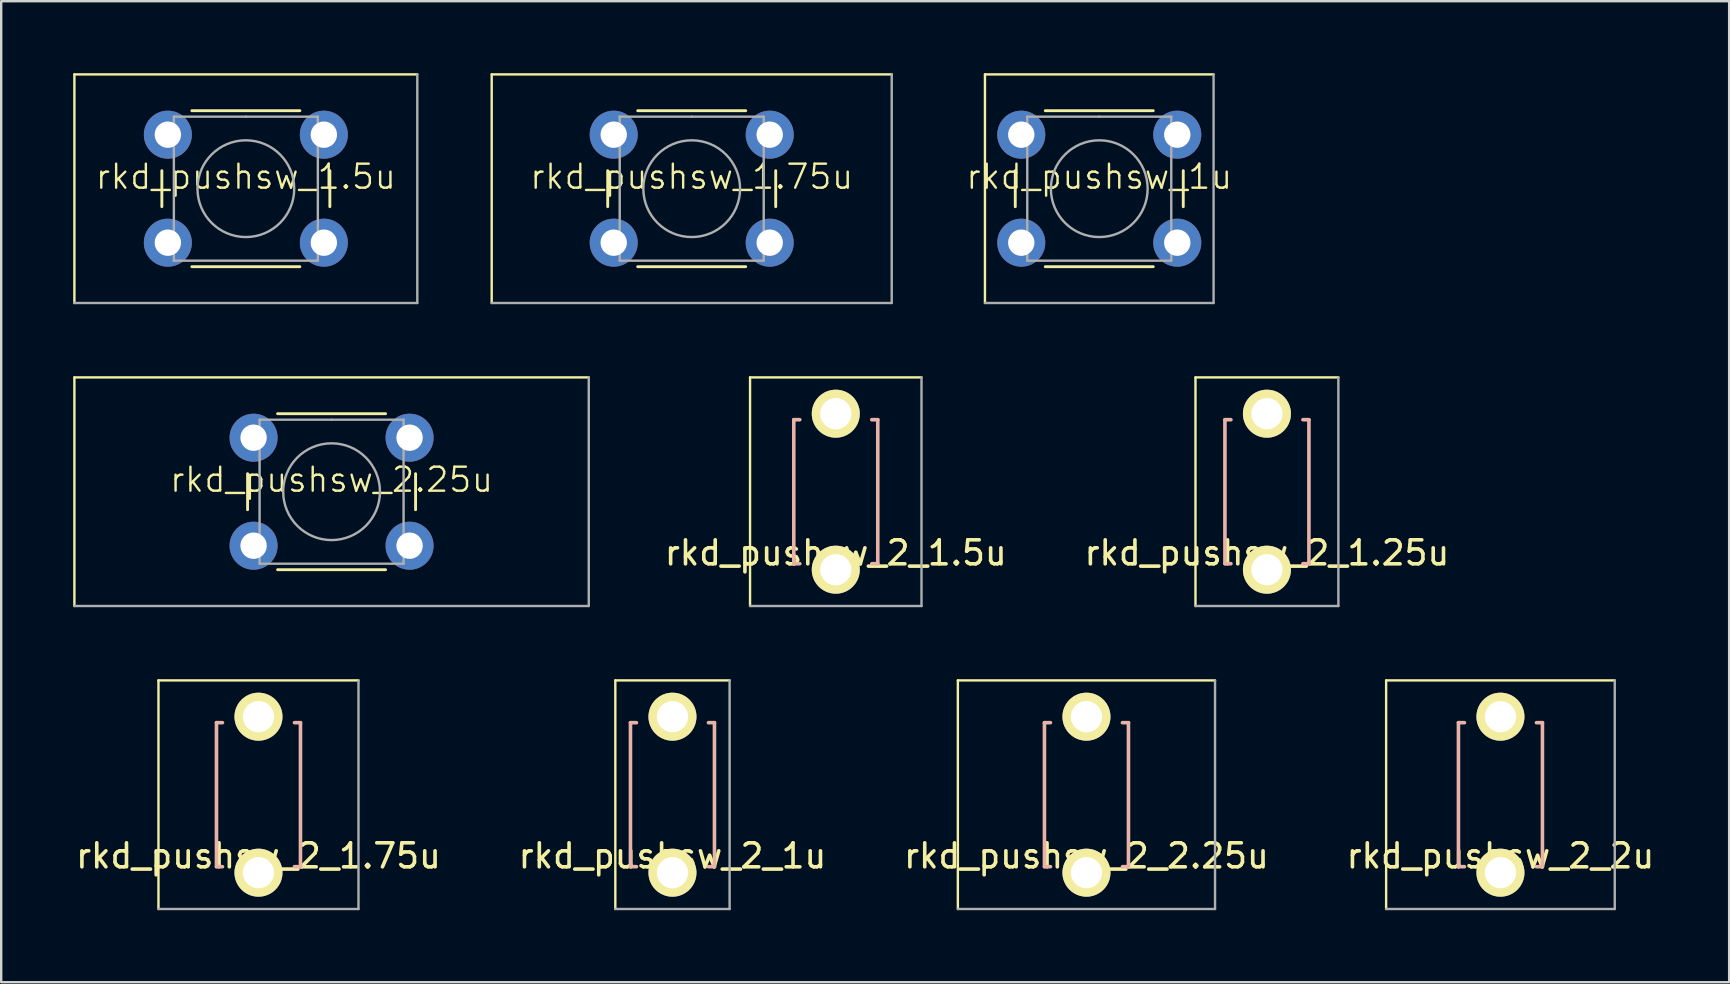
<source format=kicad_pcb>
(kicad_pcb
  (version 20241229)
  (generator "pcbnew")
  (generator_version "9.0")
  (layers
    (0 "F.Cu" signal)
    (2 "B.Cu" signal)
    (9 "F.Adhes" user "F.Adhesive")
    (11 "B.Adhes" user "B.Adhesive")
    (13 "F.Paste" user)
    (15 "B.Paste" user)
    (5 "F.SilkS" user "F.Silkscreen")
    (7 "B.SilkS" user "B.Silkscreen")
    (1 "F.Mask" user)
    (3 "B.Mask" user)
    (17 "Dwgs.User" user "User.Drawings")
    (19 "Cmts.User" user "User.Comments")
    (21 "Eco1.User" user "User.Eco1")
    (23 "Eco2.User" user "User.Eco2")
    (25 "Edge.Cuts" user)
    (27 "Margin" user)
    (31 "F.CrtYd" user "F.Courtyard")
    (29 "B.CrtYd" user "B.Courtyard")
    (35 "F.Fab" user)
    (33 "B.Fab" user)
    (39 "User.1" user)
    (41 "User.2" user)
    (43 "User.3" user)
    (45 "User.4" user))
  (footprint "rkd_pushsw_1u"
    (layer "F.Cu")
    (at 42.754 4.812)
    (property "Reference" "rkd_pushsw_1u" (at 0 -0.5 0) (unlocked yes) (layer "F.SilkS") (effects (font (size 1 1) (thickness 0.1))))
    (attr smd board_only exclude_from_pos_files exclude_from_bom)
    (fp_line (start -4.763 -4.763) (end -4.763 4.763) (stroke (width 0.1) (type default)) (layer "F.SilkS"))
    (fp_line (start -4.763 -4.763) (end 4.763 -4.763) (stroke (width 0.1) (type default)) (layer "F.SilkS"))
    (fp_line (start -3.5 -0.75) (end -3.5 0.75) (stroke (width 0.12) (type solid)) (layer "F.SilkS"))
    (fp_line (start -2.25 3.25) (end 2.25 3.25) (stroke (width 0.12) (type solid)) (layer "F.SilkS"))
    (fp_line (start 2.25 -3.25) (end -2.25 -3.25) (stroke (width 0.12) (type solid)) (layer "F.SilkS"))
    (fp_line (start 3.5 0.75) (end 3.5 -0.75) (stroke (width 0.12) (type solid)) (layer "F.SilkS"))
    (fp_line (start -3 -3) (end 0 -3) (stroke (width 0.1) (type solid)) (layer "F.Fab"))
    (fp_line (start -3 3) (end -3 -3) (stroke (width 0.1) (type solid)) (layer "F.Fab"))
    (fp_line (start 0 -3) (end 3 -3) (stroke (width 0.1) (type solid)) (layer "F.Fab"))
    (fp_line (start 3 -3) (end 3 3) (stroke (width 0.1) (type solid)) (layer "F.Fab"))
    (fp_line (start 3 3) (end -3 3) (stroke (width 0.1) (type solid)) (layer "F.Fab"))
    (fp_line (start 4.763 -4.763) (end 4.763 4.763) (stroke (width 0.1) (type default)) (layer "F.Fab"))
    (fp_line (start 4.763 4.763) (end -4.763 4.763) (stroke (width 0.1) (type default)) (layer "F.Fab"))
    (fp_circle (center 0 0) (end -2 0.25) (stroke (width 0.1) (type solid)) (fill no) (layer "F.Fab"))
    (pad "1" thru_hole circle (at -3.25 -2.25 90) (size 2 2) (drill 1.1) (layers "*.Cu" "*.Mask"))
    (pad "1" thru_hole circle (at 3.25 -2.25 90) (size 2 2) (drill 1.1) (layers "*.Cu" "*.Mask"))
    (pad "2" thru_hole circle (at -3.25 2.25 90) (size 2 2) (drill 1.1) (layers "*.Cu" "*.Mask"))
    (pad "2" thru_hole circle (at 3.25 2.25 90) (size 2 2) (drill 1.1) (layers "*.Cu" "*.Mask")))
  (footprint "rkd_pushsw_1.5u"
    (layer "F.Cu")
    (at 7.194 4.812)
    (property "Reference" "rkd_pushsw_1.5u" (at 0 -0.5 0) (unlocked yes) (layer "F.SilkS") (effects (font (size 1 1) (thickness 0.1))))
    (attr smd board_only exclude_from_pos_files exclude_from_bom)
    (fp_line (start -7.144 -4.763) (end -7.144 4.763) (stroke (width 0.1) (type default)) (layer "F.SilkS"))
    (fp_line (start -7.144 -4.763) (end 7.144 -4.763) (stroke (width 0.1) (type default)) (layer "F.SilkS"))
    (fp_line (start -3.5 -0.75) (end -3.5 0.75) (stroke (width 0.12) (type solid)) (layer "F.SilkS"))
    (fp_line (start -2.25 3.25) (end 2.25 3.25) (stroke (width 0.12) (type solid)) (layer "F.SilkS"))
    (fp_line (start 2.25 -3.25) (end -2.25 -3.25) (stroke (width 0.12) (type solid)) (layer "F.SilkS"))
    (fp_line (start 3.5 0.75) (end 3.5 -0.75) (stroke (width 0.12) (type solid)) (layer "F.SilkS"))
    (fp_line (start -3 -3) (end 0 -3) (stroke (width 0.1) (type solid)) (layer "F.Fab"))
    (fp_line (start -3 3) (end -3 -3) (stroke (width 0.1) (type solid)) (layer "F.Fab"))
    (fp_line (start 0 -3) (end 3 -3) (stroke (width 0.1) (type solid)) (layer "F.Fab"))
    (fp_line (start 3 -3) (end 3 3) (stroke (width 0.1) (type solid)) (layer "F.Fab"))
    (fp_line (start 3 3) (end -3 3) (stroke (width 0.1) (type solid)) (layer "F.Fab"))
    (fp_line (start 7.144 -4.763) (end 7.144 4.763) (stroke (width 0.1) (type default)) (layer "F.Fab"))
    (fp_line (start 7.144 4.763) (end -7.144 4.763) (stroke (width 0.1) (type default)) (layer "F.Fab"))
    (fp_circle (center 0 0) (end -2 0.25) (stroke (width 0.1) (type solid)) (fill no) (layer "F.Fab"))
    (pad "1" thru_hole circle (at -3.25 -2.25 90) (size 2 2) (drill 1.1) (layers "*.Cu" "*.Mask"))
    (pad "1" thru_hole circle (at 3.25 -2.25 90) (size 2 2) (drill 1.1) (layers "*.Cu" "*.Mask"))
    (pad "2" thru_hole circle (at -3.25 2.25 90) (size 2 2) (drill 1.1) (layers "*.Cu" "*.Mask"))
    (pad "2" thru_hole circle (at 3.25 2.25 90) (size 2 2) (drill 1.1) (layers "*.Cu" "*.Mask")))
  (footprint "rkd_pushsw_2_2u"
    (layer "F.Cu")
    (at 59.47 30.063)
    (property "Reference" "rkd_pushsw_2_2u" (at 0 2.55 0) (layer "F.SilkS") (effects (font (size 1 1) (thickness 0.15))))
    (attr through_hole)
    (fp_line (start -4.763 -4.763) (end -4.763 4.763) (stroke (width 0.1) (type default)) (layer "F.SilkS"))
    (fp_line (start -4.763 -4.763) (end 4.763 -4.763) (stroke (width 0.1) (type default)) (layer "F.SilkS"))
    (fp_line (start -1.75 -3) (end -1.5 -3) (stroke (width 0.15) (type solid)) (layer "B.SilkS"))
    (fp_line (start -1.75 3) (end -1.75 -3) (stroke (width 0.15) (type solid)) (layer "B.SilkS"))
    (fp_line (start -1.5 3) (end -1.75 3) (stroke (width 0.15) (type solid)) (layer "B.SilkS"))
    (fp_line (start 1.5 -3) (end 1.75 -3) (stroke (width 0.15) (type solid)) (layer "B.SilkS"))
    (fp_line (start 1.75 -3) (end 1.75 3) (stroke (width 0.15) (type solid)) (layer "B.SilkS"))
    (fp_line (start 1.75 3) (end 1.5 3) (stroke (width 0.15) (type solid)) (layer "B.SilkS"))
    (fp_line (start 4.763 -4.763) (end 4.763 4.763) (stroke (width 0.1) (type default)) (layer "F.Fab"))
    (fp_line (start 4.763 4.763) (end -4.763 4.763) (stroke (width 0.1) (type default)) (layer "F.Fab"))
    (pad "1" thru_hole circle (at 0 -3.25 90) (size 2 2) (drill 1.3) (layers "*.Cu" "*.Mask" "F.SilkS"))
    (pad "2" thru_hole circle (at 0 3.25 90) (size 2 2) (drill 1.3) (layers "*.Cu" "*.Mask" "F.SilkS")))
  (footprint "rkd_pushsw_2_1.75u"
    (layer "F.Cu")
    (at 7.72 30.063)
    (property "Reference" "rkd_pushsw_2_1.75u" (at 0 2.55 0) (layer "F.SilkS") (effects (font (size 1 1) (thickness 0.15))))
    (attr through_hole)
    (fp_line (start -4.167 -4.763) (end -4.167 4.763) (stroke (width 0.1) (type default)) (layer "F.SilkS"))
    (fp_line (start -4.167 -4.763) (end 4.167 -4.763) (stroke (width 0.1) (type default)) (layer "F.SilkS"))
    (fp_line (start -1.75 -3) (end -1.5 -3) (stroke (width 0.15) (type solid)) (layer "B.SilkS"))
    (fp_line (start -1.75 3) (end -1.75 -3) (stroke (width 0.15) (type solid)) (layer "B.SilkS"))
    (fp_line (start -1.5 3) (end -1.75 3) (stroke (width 0.15) (type solid)) (layer "B.SilkS"))
    (fp_line (start 1.5 -3) (end 1.75 -3) (stroke (width 0.15) (type solid)) (layer "B.SilkS"))
    (fp_line (start 1.75 -3) (end 1.75 3) (stroke (width 0.15) (type solid)) (layer "B.SilkS"))
    (fp_line (start 1.75 3) (end 1.5 3) (stroke (width 0.15) (type solid)) (layer "B.SilkS"))
    (fp_line (start 4.167 -4.763) (end 4.167 4.763) (stroke (width 0.1) (type default)) (layer "F.Fab"))
    (fp_line (start 4.167 4.763) (end -4.167 4.763) (stroke (width 0.1) (type default)) (layer "F.Fab"))
    (pad "1" thru_hole circle (at 0 -3.25 90) (size 2 2) (drill 1.3) (layers "*.Cu" "*.Mask" "F.SilkS"))
    (pad "2" thru_hole circle (at 0 3.25 90) (size 2 2) (drill 1.3) (layers "*.Cu" "*.Mask" "F.SilkS")))
  (footprint "rkd_pushsw_2_1u"
    (layer "F.Cu")
    (at 24.97 30.063)
    (property "Reference" "rkd_pushsw_2_1u" (at 0 2.55 0) (layer "F.SilkS") (effects (font (size 1 1) (thickness 0.15))))
    (attr through_hole)
    (fp_line (start -2.381 -4.763) (end -2.381 4.763) (stroke (width 0.1) (type default)) (layer "F.SilkS"))
    (fp_line (start -2.381 -4.763) (end 2.381 -4.763) (stroke (width 0.1) (type default)) (layer "F.SilkS"))
    (fp_line (start -1.75 -3) (end -1.5 -3) (stroke (width 0.15) (type solid)) (layer "B.SilkS"))
    (fp_line (start -1.75 3) (end -1.75 -3) (stroke (width 0.15) (type solid)) (layer "B.SilkS"))
    (fp_line (start -1.5 3) (end -1.75 3) (stroke (width 0.15) (type solid)) (layer "B.SilkS"))
    (fp_line (start 1.5 -3) (end 1.75 -3) (stroke (width 0.15) (type solid)) (layer "B.SilkS"))
    (fp_line (start 1.75 -3) (end 1.75 3) (stroke (width 0.15) (type solid)) (layer "B.SilkS"))
    (fp_line (start 1.75 3) (end 1.5 3) (stroke (width 0.15) (type solid)) (layer "B.SilkS"))
    (fp_line (start 2.381 -4.763) (end 2.381 4.763) (stroke (width 0.1) (type default)) (layer "F.Fab"))
    (fp_line (start 2.381 4.763) (end -2.381 4.763) (stroke (width 0.1) (type default)) (layer "F.Fab"))
    (pad "1" thru_hole circle (at 0 -3.25 90) (size 2 2) (drill 1.3) (layers "*.Cu" "*.Mask" "F.SilkS"))
    (pad "2" thru_hole circle (at 0 3.25 90) (size 2 2) (drill 1.3) (layers "*.Cu" "*.Mask" "F.SilkS")))
  (footprint "rkd_pushsw_2_1.5u"
    (layer "F.Cu")
    (at 31.775 17.438)
    (property "Reference" "rkd_pushsw_2_1.5u" (at 0 2.55 0) (layer "F.SilkS") (effects (font (size 1 1) (thickness 0.15))))
    (attr through_hole)
    (fp_line (start -3.572 -4.763) (end -3.572 4.763) (stroke (width 0.1) (type default)) (layer "F.SilkS"))
    (fp_line (start -3.572 -4.763) (end 3.572 -4.763) (stroke (width 0.1) (type default)) (layer "F.SilkS"))
    (fp_line (start -1.75 -3) (end -1.5 -3) (stroke (width 0.15) (type solid)) (layer "B.SilkS"))
    (fp_line (start -1.75 3) (end -1.75 -3) (stroke (width 0.15) (type solid)) (layer "B.SilkS"))
    (fp_line (start -1.5 3) (end -1.75 3) (stroke (width 0.15) (type solid)) (layer "B.SilkS"))
    (fp_line (start 1.5 -3) (end 1.75 -3) (stroke (width 0.15) (type solid)) (layer "B.SilkS"))
    (fp_line (start 1.75 -3) (end 1.75 3) (stroke (width 0.15) (type solid)) (layer "B.SilkS"))
    (fp_line (start 1.75 3) (end 1.5 3) (stroke (width 0.15) (type solid)) (layer "B.SilkS"))
    (fp_line (start 3.572 -4.763) (end 3.572 4.763) (stroke (width 0.1) (type default)) (layer "F.Fab"))
    (fp_line (start 3.572 4.763) (end -3.572 4.763) (stroke (width 0.1) (type default)) (layer "F.Fab"))
    (pad "1" thru_hole circle (at 0 -3.25 90) (size 2 2) (drill 1.3) (layers "*.Cu" "*.Mask" "F.SilkS"))
    (pad "2" thru_hole circle (at 0 3.25 90) (size 2 2) (drill 1.3) (layers "*.Cu" "*.Mask" "F.SilkS")))
  (footprint "rkd_pushsw_2.25u"
    (layer "F.Cu")
    (at 10.766 17.438)
    (property "Reference" "rkd_pushsw_2.25u" (at 0 -0.5 0) (unlocked yes) (layer "F.SilkS") (effects (font (size 1 1) (thickness 0.1))))
    (attr smd board_only exclude_from_pos_files exclude_from_bom)
    (fp_line (start -10.716 -4.763) (end -10.716 4.763) (stroke (width 0.1) (type default)) (layer "F.SilkS"))
    (fp_line (start -10.716 -4.763) (end 10.716 -4.763) (stroke (width 0.1) (type default)) (layer "F.SilkS"))
    (fp_line (start -3.5 -0.75) (end -3.5 0.75) (stroke (width 0.12) (type solid)) (layer "F.SilkS"))
    (fp_line (start -2.25 3.25) (end 2.25 3.25) (stroke (width 0.12) (type solid)) (layer "F.SilkS"))
    (fp_line (start 2.25 -3.25) (end -2.25 -3.25) (stroke (width 0.12) (type solid)) (layer "F.SilkS"))
    (fp_line (start 3.5 0.75) (end 3.5 -0.75) (stroke (width 0.12) (type solid)) (layer "F.SilkS"))
    (fp_line (start -3 -3) (end 0 -3) (stroke (width 0.1) (type solid)) (layer "F.Fab"))
    (fp_line (start -3 3) (end -3 -3) (stroke (width 0.1) (type solid)) (layer "F.Fab"))
    (fp_line (start 0 -3) (end 3 -3) (stroke (width 0.1) (type solid)) (layer "F.Fab"))
    (fp_line (start 3 -3) (end 3 3) (stroke (width 0.1) (type solid)) (layer "F.Fab"))
    (fp_line (start 3 3) (end -3 3) (stroke (width 0.1) (type solid)) (layer "F.Fab"))
    (fp_line (start 10.716 -4.763) (end 10.716 4.763) (stroke (width 0.1) (type default)) (layer "F.Fab"))
    (fp_line (start 10.716 4.763) (end -10.716 4.763) (stroke (width 0.1) (type default)) (layer "F.Fab"))
    (fp_circle (center 0 0) (end -2 0.25) (stroke (width 0.1) (type solid)) (fill no) (layer "F.Fab"))
    (pad "1" thru_hole circle (at -3.25 -2.25 90) (size 2 2) (drill 1.1) (layers "*.Cu" "*.Mask"))
    (pad "1" thru_hole circle (at 3.25 -2.25 90) (size 2 2) (drill 1.1) (layers "*.Cu" "*.Mask"))
    (pad "2" thru_hole circle (at -3.25 2.25 90) (size 2 2) (drill 1.1) (layers "*.Cu" "*.Mask"))
    (pad "2" thru_hole circle (at 3.25 2.25 90) (size 2 2) (drill 1.1) (layers "*.Cu" "*.Mask")))
  (footprint "rkd_pushsw_1.75u"
    (layer "F.Cu")
    (at 25.772 4.812)
    (property "Reference" "rkd_pushsw_1.75u" (at 0 -0.5 0) (unlocked yes) (layer "F.SilkS") (effects (font (size 1 1) (thickness 0.1))))
    (attr smd board_only exclude_from_pos_files exclude_from_bom)
    (fp_line (start -8.334 -4.763) (end -8.334 4.763) (stroke (width 0.1) (type default)) (layer "F.SilkS"))
    (fp_line (start -8.334 -4.763) (end 8.334 -4.763) (stroke (width 0.1) (type default)) (layer "F.SilkS"))
    (fp_line (start -3.5 -0.75) (end -3.5 0.75) (stroke (width 0.12) (type solid)) (layer "F.SilkS"))
    (fp_line (start -2.25 3.25) (end 2.25 3.25) (stroke (width 0.12) (type solid)) (layer "F.SilkS"))
    (fp_line (start 2.25 -3.25) (end -2.25 -3.25) (stroke (width 0.12) (type solid)) (layer "F.SilkS"))
    (fp_line (start 3.5 0.75) (end 3.5 -0.75) (stroke (width 0.12) (type solid)) (layer "F.SilkS"))
    (fp_line (start -3 -3) (end 0 -3) (stroke (width 0.1) (type solid)) (layer "F.Fab"))
    (fp_line (start -3 3) (end -3 -3) (stroke (width 0.1) (type solid)) (layer "F.Fab"))
    (fp_line (start 0 -3) (end 3 -3) (stroke (width 0.1) (type solid)) (layer "F.Fab"))
    (fp_line (start 3 -3) (end 3 3) (stroke (width 0.1) (type solid)) (layer "F.Fab"))
    (fp_line (start 3 3) (end -3 3) (stroke (width 0.1) (type solid)) (layer "F.Fab"))
    (fp_line (start 8.334 -4.763) (end 8.334 4.763) (stroke (width 0.1) (type default)) (layer "F.Fab"))
    (fp_line (start 8.334 4.763) (end -8.334 4.763) (stroke (width 0.1) (type default)) (layer "F.Fab"))
    (fp_circle (center 0 0) (end -2 0.25) (stroke (width 0.1) (type solid)) (fill no) (layer "F.Fab"))
    (pad "1" thru_hole circle (at -3.25 -2.25 90) (size 2 2) (drill 1.1) (layers "*.Cu" "*.Mask"))
    (pad "1" thru_hole circle (at 3.25 -2.25 90) (size 2 2) (drill 1.1) (layers "*.Cu" "*.Mask"))
    (pad "2" thru_hole circle (at -3.25 2.25 90) (size 2 2) (drill 1.1) (layers "*.Cu" "*.Mask"))
    (pad "2" thru_hole circle (at 3.25 2.25 90) (size 2 2) (drill 1.1) (layers "*.Cu" "*.Mask")))
  (footprint "rkd_pushsw_2_1.25u"
    (layer "F.Cu")
    (at 49.74 17.438)
    (property "Reference" "rkd_pushsw_2_1.25u" (at 0 2.55 0) (layer "F.SilkS") (effects (font (size 1 1) (thickness 0.15))))
    (attr through_hole)
    (fp_line (start -2.977 -4.763) (end -2.977 4.763) (stroke (width 0.1) (type default)) (layer "F.SilkS"))
    (fp_line (start -2.977 -4.763) (end 2.977 -4.763) (stroke (width 0.1) (type default)) (layer "F.SilkS"))
    (fp_line (start -1.75 -3) (end -1.5 -3) (stroke (width 0.15) (type solid)) (layer "B.SilkS"))
    (fp_line (start -1.75 3) (end -1.75 -3) (stroke (width 0.15) (type solid)) (layer "B.SilkS"))
    (fp_line (start -1.5 3) (end -1.75 3) (stroke (width 0.15) (type solid)) (layer "B.SilkS"))
    (fp_line (start 1.5 -3) (end 1.75 -3) (stroke (width 0.15) (type solid)) (layer "B.SilkS"))
    (fp_line (start 1.75 -3) (end 1.75 3) (stroke (width 0.15) (type solid)) (layer "B.SilkS"))
    (fp_line (start 1.75 3) (end 1.5 3) (stroke (width 0.15) (type solid)) (layer "B.SilkS"))
    (fp_line (start 2.977 -4.763) (end 2.977 4.763) (stroke (width 0.1) (type default)) (layer "F.Fab"))
    (fp_line (start 2.977 4.763) (end -2.977 4.763) (stroke (width 0.1) (type default)) (layer "F.Fab"))
    (pad "1" thru_hole circle (at 0 -3.25 90) (size 2 2) (drill 1.3) (layers "*.Cu" "*.Mask" "F.SilkS"))
    (pad "2" thru_hole circle (at 0 3.25 90) (size 2 2) (drill 1.3) (layers "*.Cu" "*.Mask" "F.SilkS")))
  (footprint "rkd_pushsw_2_2.25u"
    (layer "F.Cu")
    (at 42.22 30.063)
    (property "Reference" "rkd_pushsw_2_2.25u" (at 0 2.55 0) (layer "F.SilkS") (effects (font (size 1 1) (thickness 0.15))))
    (attr through_hole)
    (fp_line (start -5.358 -4.763) (end -5.358 4.763) (stroke (width 0.1) (type default)) (layer "F.SilkS"))
    (fp_line (start -5.358 -4.763) (end 5.358 -4.763) (stroke (width 0.1) (type default)) (layer "F.SilkS"))
    (fp_line (start -1.75 -3) (end -1.5 -3) (stroke (width 0.15) (type solid)) (layer "B.SilkS"))
    (fp_line (start -1.75 3) (end -1.75 -3) (stroke (width 0.15) (type solid)) (layer "B.SilkS"))
    (fp_line (start -1.5 3) (end -1.75 3) (stroke (width 0.15) (type solid)) (layer "B.SilkS"))
    (fp_line (start 1.5 -3) (end 1.75 -3) (stroke (width 0.15) (type solid)) (layer "B.SilkS"))
    (fp_line (start 1.75 -3) (end 1.75 3) (stroke (width 0.15) (type solid)) (layer "B.SilkS"))
    (fp_line (start 1.75 3) (end 1.5 3) (stroke (width 0.15) (type solid)) (layer "B.SilkS"))
    (fp_line (start 5.358 -4.763) (end 5.358 4.763) (stroke (width 0.1) (type default)) (layer "F.Fab"))
    (fp_line (start 5.358 4.763) (end -5.358 4.763) (stroke (width 0.1) (type default)) (layer "F.Fab"))
    (pad "1" thru_hole circle (at 0 -3.25 90) (size 2 2) (drill 1.3) (layers "*.Cu" "*.Mask" "F.SilkS"))
    (pad "2" thru_hole circle (at 0 3.25 90) (size 2 2) (drill 1.3) (layers "*.Cu" "*.Mask" "F.SilkS")))
  (gr_rect
    (start -3 -3)
    (end 69 37.875)
    (stroke (width 0.1) (type default))
    (fill no)
    (layer "Edge.Cuts")))
</source>
